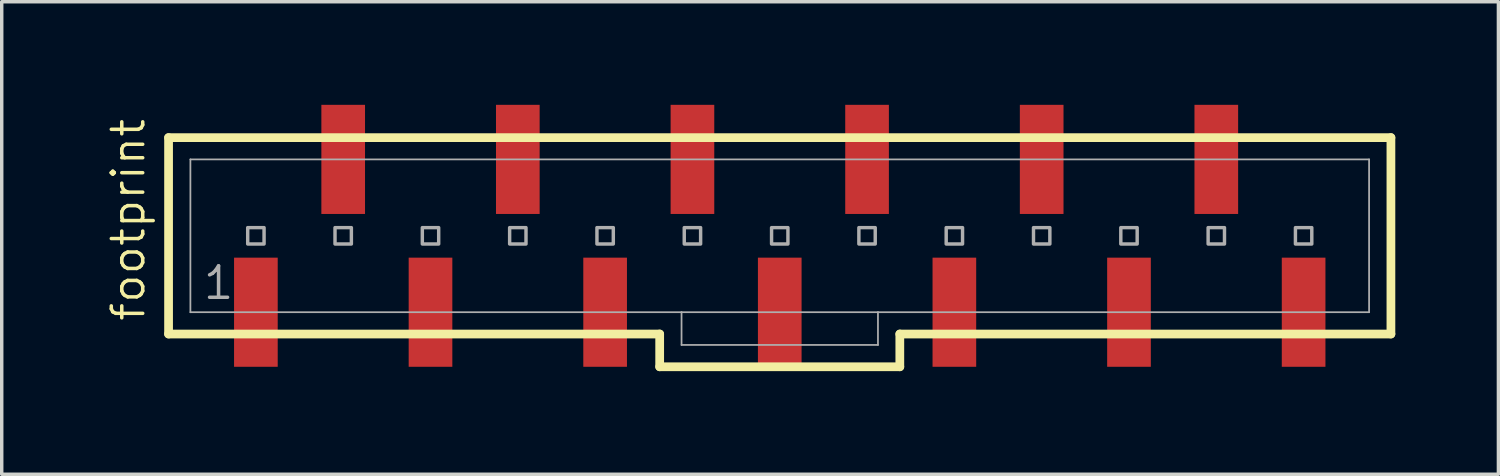
<source format=kicad_pcb>
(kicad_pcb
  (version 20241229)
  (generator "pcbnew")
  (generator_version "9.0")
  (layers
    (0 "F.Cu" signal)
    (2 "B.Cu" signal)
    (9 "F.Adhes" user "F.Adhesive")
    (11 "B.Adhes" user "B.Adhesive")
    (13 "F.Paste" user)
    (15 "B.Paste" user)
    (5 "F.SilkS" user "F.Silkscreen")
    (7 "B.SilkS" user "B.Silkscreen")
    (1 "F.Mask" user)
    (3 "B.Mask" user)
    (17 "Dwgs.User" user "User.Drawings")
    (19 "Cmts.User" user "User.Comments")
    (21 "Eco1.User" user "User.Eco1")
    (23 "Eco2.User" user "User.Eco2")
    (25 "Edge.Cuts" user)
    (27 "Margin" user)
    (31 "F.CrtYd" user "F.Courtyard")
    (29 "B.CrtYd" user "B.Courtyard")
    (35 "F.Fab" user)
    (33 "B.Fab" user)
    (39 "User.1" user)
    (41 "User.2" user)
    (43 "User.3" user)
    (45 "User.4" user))
  (footprint "footprint"
    (layer "F.Cu")
    (at 19.634 3.81)
    (property "Reference" "footprint" (at -18.415 2.54 90) (layer "F.SilkS") (effects (font (size 0.914 0.914) (thickness 0.102)) (justify left bottom)))
    (fp_line (start -17.78 -2.857) (end -17.78 2.857) (stroke (width 0.254) (type solid)) (layer "F.SilkS"))
    (fp_line (start -17.78 2.857) (end -3.493 2.857) (stroke (width 0.254) (type solid)) (layer "F.SilkS"))
    (fp_line (start -3.493 2.857) (end -3.493 3.81) (stroke (width 0.254) (type solid)) (layer "F.SilkS"))
    (fp_line (start -3.493 3.81) (end 3.493 3.81) (stroke (width 0.254) (type solid)) (layer "F.SilkS"))
    (fp_line (start 3.493 2.857) (end 17.78 2.857) (stroke (width 0.254) (type solid)) (layer "F.SilkS"))
    (fp_line (start 3.493 3.81) (end 3.493 2.857) (stroke (width 0.254) (type solid)) (layer "F.SilkS"))
    (fp_line (start 17.78 -2.857) (end -17.78 -2.857) (stroke (width 0.254) (type solid)) (layer "F.SilkS"))
    (fp_line (start 17.78 2.857) (end 17.78 -2.857) (stroke (width 0.254) (type solid)) (layer "F.SilkS"))
    (fp_line (start -17.145 -2.223) (end -17.145 2.223) (stroke (width 0.051) (type solid)) (layer "F.Fab"))
    (fp_line (start -17.145 -2.223) (end 17.145 -2.223) (stroke (width 0.051) (type solid)) (layer "F.Fab"))
    (fp_line (start -17.145 2.223) (end -2.857 2.223) (stroke (width 0.051) (type solid)) (layer "F.Fab"))
    (fp_line (start -2.857 2.223) (end -2.857 3.175) (stroke (width 0.051) (type solid)) (layer "F.Fab"))
    (fp_line (start -2.857 2.223) (end 2.857 2.223) (stroke (width 0.051) (type solid)) (layer "F.Fab"))
    (fp_line (start 2.857 2.223) (end 2.857 3.175) (stroke (width 0.051) (type solid)) (layer "F.Fab"))
    (fp_line (start 2.857 2.223) (end 17.145 2.223) (stroke (width 0.051) (type solid)) (layer "F.Fab"))
    (fp_line (start 2.857 3.175) (end -2.857 3.175) (stroke (width 0.051) (type solid)) (layer "F.Fab"))
    (fp_line (start 17.145 -2.223) (end 17.145 2.223) (stroke (width 0.051) (type solid)) (layer "F.Fab"))
    (fp_poly (pts (xy -15.478 0.238) (xy -15.002 0.238) (xy -15.002 -0.238) (xy -15.478 -0.238)) (stroke (width 0.1) (type solid)) (fill no) (layer "F.Fab"))
    (fp_poly (pts (xy -12.938 0.238) (xy -12.462 0.238) (xy -12.462 -0.238) (xy -12.938 -0.238)) (stroke (width 0.1) (type solid)) (fill no) (layer "F.Fab"))
    (fp_poly (pts (xy -10.398 0.238) (xy -9.922 0.238) (xy -9.922 -0.238) (xy -10.398 -0.238)) (stroke (width 0.1) (type solid)) (fill no) (layer "F.Fab"))
    (fp_poly (pts (xy -7.858 0.238) (xy -7.382 0.238) (xy -7.382 -0.238) (xy -7.858 -0.238)) (stroke (width 0.1) (type solid)) (fill no) (layer "F.Fab"))
    (fp_poly (pts (xy -5.318 0.238) (xy -4.842 0.238) (xy -4.842 -0.238) (xy -5.318 -0.238)) (stroke (width 0.1) (type solid)) (fill no) (layer "F.Fab"))
    (fp_poly (pts (xy -2.778 0.238) (xy -2.302 0.238) (xy -2.302 -0.238) (xy -2.778 -0.238)) (stroke (width 0.1) (type solid)) (fill no) (layer "F.Fab"))
    (fp_poly (pts (xy -0.238 0.238) (xy 0.238 0.238) (xy 0.238 -0.238) (xy -0.238 -0.238)) (stroke (width 0.1) (type solid)) (fill no) (layer "F.Fab"))
    (fp_poly (pts (xy 2.302 0.238) (xy 2.778 0.238) (xy 2.778 -0.238) (xy 2.302 -0.238)) (stroke (width 0.1) (type solid)) (fill no) (layer "F.Fab"))
    (fp_poly (pts (xy 4.842 0.238) (xy 5.318 0.238) (xy 5.318 -0.238) (xy 4.842 -0.238)) (stroke (width 0.1) (type solid)) (fill no) (layer "F.Fab"))
    (fp_poly (pts (xy 7.382 0.238) (xy 7.858 0.238) (xy 7.858 -0.238) (xy 7.382 -0.238)) (stroke (width 0.1) (type solid)) (fill no) (layer "F.Fab"))
    (fp_poly (pts (xy 9.922 0.238) (xy 10.398 0.238) (xy 10.398 -0.238) (xy 9.922 -0.238)) (stroke (width 0.1) (type solid)) (fill no) (layer "F.Fab"))
    (fp_poly (pts (xy 12.462 0.238) (xy 12.938 0.238) (xy 12.938 -0.238) (xy 12.462 -0.238)) (stroke (width 0.1) (type solid)) (fill no) (layer "F.Fab"))
    (fp_poly (pts (xy 15.002 0.238) (xy 15.478 0.238) (xy 15.478 -0.238) (xy 15.002 -0.238)) (stroke (width 0.1) (type solid)) (fill no) (layer "F.Fab"))
    (fp_text user "1" (at -16.828 1.905 0) (layer "F.Fab") (effects (font (size 0.914 0.914) (thickness 0.102)) (justify left bottom)))
    (pad "1" smd rect (at -15.24 2.223 270) (size 3.175 1.27) (layers "F.Cu" "F.Mask" "F.Paste"))
    (pad "2" smd rect (at -12.7 -2.223 270) (size 3.175 1.27) (layers "F.Cu" "F.Mask" "F.Paste"))
    (pad "3" smd rect (at -10.16 2.223 270) (size 3.175 1.27) (layers "F.Cu" "F.Mask" "F.Paste"))
    (pad "4" smd rect (at -7.62 -2.223 270) (size 3.175 1.27) (layers "F.Cu" "F.Mask" "F.Paste"))
    (pad "5" smd rect (at -5.08 2.223 270) (size 3.175 1.27) (layers "F.Cu" "F.Mask" "F.Paste"))
    (pad "6" smd rect (at -2.54 -2.223 270) (size 3.175 1.27) (layers "F.Cu" "F.Mask" "F.Paste"))
    (pad "7" smd rect (at 0 2.223 270) (size 3.175 1.27) (layers "F.Cu" "F.Mask" "F.Paste"))
    (pad "8" smd rect (at 2.54 -2.223 270) (size 3.175 1.27) (layers "F.Cu" "F.Mask" "F.Paste"))
    (pad "9" smd rect (at 5.08 2.223 270) (size 3.175 1.27) (layers "F.Cu" "F.Mask" "F.Paste"))
    (pad "10" smd rect (at 7.62 -2.223 270) (size 3.175 1.27) (layers "F.Cu" "F.Mask" "F.Paste"))
    (pad "11" smd rect (at 10.16 2.223 270) (size 3.175 1.27) (layers "F.Cu" "F.Mask" "F.Paste"))
    (pad "12" smd rect (at 12.7 -2.223 270) (size 3.175 1.27) (layers "F.Cu" "F.Mask" "F.Paste"))
    (pad "13" smd rect (at 15.24 2.223 270) (size 3.175 1.27) (layers "F.Cu" "F.Mask" "F.Paste")))
  (gr_rect
    (start -3 -3)
    (end 40.541 10.747)
    (stroke (width 0.1) (type default))
    (fill no)
    (layer "Edge.Cuts")))
</source>
